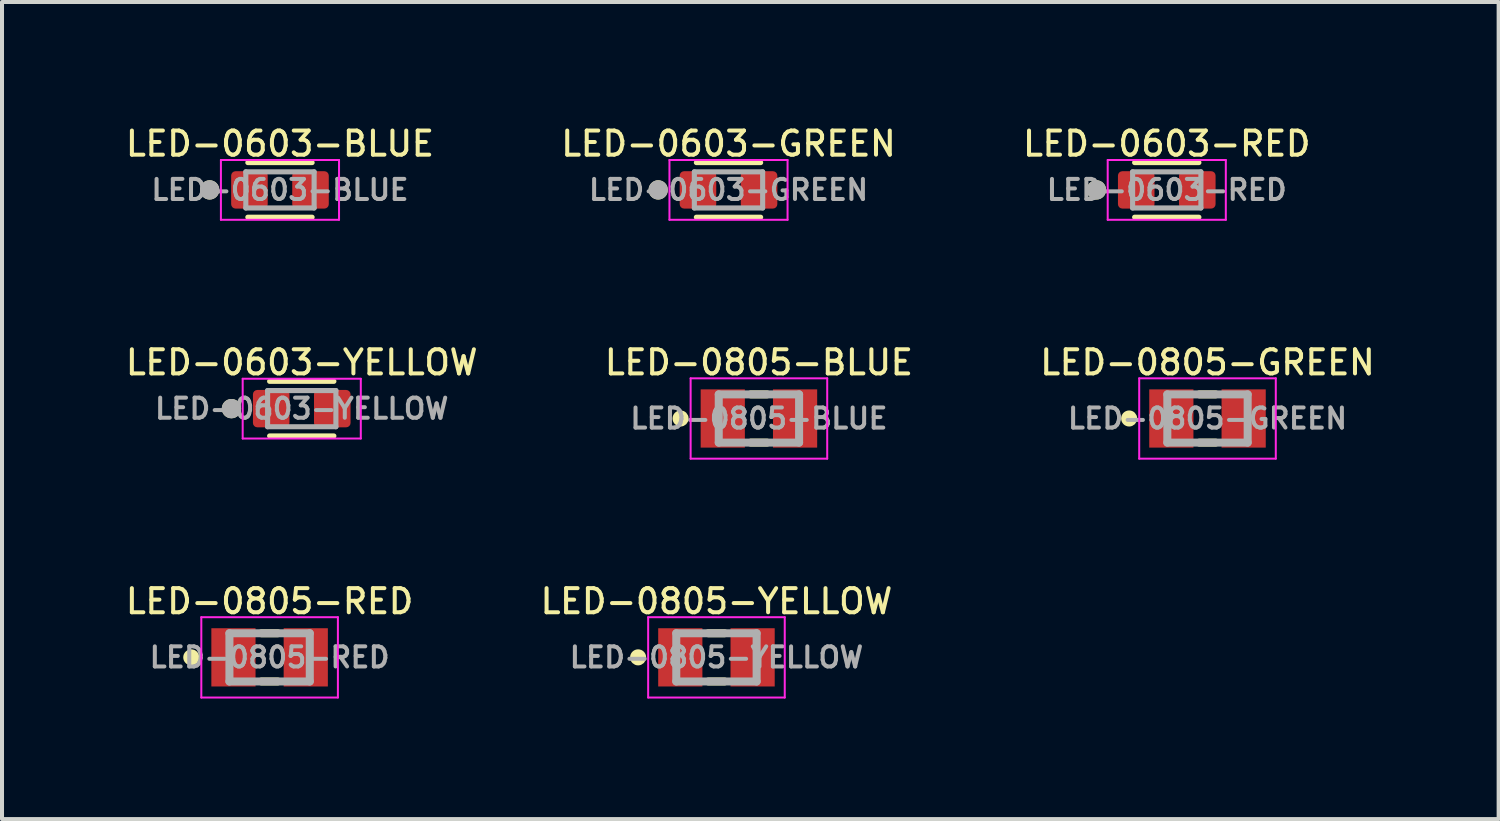
<source format=kicad_pcb>
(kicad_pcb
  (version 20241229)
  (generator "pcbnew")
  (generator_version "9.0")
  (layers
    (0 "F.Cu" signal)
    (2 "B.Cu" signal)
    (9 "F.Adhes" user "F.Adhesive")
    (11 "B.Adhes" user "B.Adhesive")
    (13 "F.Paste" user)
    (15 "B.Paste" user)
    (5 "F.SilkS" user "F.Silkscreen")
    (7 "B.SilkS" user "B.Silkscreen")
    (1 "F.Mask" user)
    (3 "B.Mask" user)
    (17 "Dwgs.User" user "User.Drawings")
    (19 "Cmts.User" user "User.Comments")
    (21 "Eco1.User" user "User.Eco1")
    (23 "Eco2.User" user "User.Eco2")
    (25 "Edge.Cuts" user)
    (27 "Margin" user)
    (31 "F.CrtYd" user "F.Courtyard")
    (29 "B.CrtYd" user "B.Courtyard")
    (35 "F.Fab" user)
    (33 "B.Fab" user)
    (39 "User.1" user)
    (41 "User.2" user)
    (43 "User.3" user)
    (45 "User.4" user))
  (footprint "LED-0805-RED"
    (layer "F.Cu")
    (at 3.661 13.313)
    (property "Reference" "LED-0805-RED" (at 0 -1.395 0) (layer "F.SilkS") (effects (font (size 0.6 0.6) (thickness 0.1) (bold yes))))
    (attr smd)
    (fp_line (start -0.2 -0.6) (end 0.2 -0.6) (stroke (width 0.2) (type solid)) (layer "F.SilkS"))
    (fp_line (start -0.2 0.6) (end 0.2 0.6) (stroke (width 0.2) (type solid)) (layer "F.SilkS"))
    (fp_circle (center -1.95 0) (end -1.85 0) (stroke (width 0.2) (type solid)) (fill no) (layer "F.SilkS"))
    (fp_line (start -1.7 -1) (end 1.7 -1) (stroke (width 0.05) (type solid)) (layer "F.CrtYd"))
    (fp_line (start -1.7 1) (end -1.7 -1) (stroke (width 0.05) (type solid)) (layer "F.CrtYd"))
    (fp_line (start 1.7 -1) (end 1.7 1) (stroke (width 0.05) (type solid)) (layer "F.CrtYd"))
    (fp_line (start 1.7 1) (end -1.7 1) (stroke (width 0.05) (type solid)) (layer "F.CrtYd"))
    (fp_line (start -1 -0.6) (end 1 -0.6) (stroke (width 0.2) (type solid)) (layer "F.Fab"))
    (fp_line (start -1 0.6) (end -1 -0.6) (stroke (width 0.2) (type solid)) (layer "F.Fab"))
    (fp_line (start 1 -0.6) (end 1 0.6) (stroke (width 0.2) (type solid)) (layer "F.Fab"))
    (fp_line (start 1 0.6) (end -1 0.6) (stroke (width 0.2) (type solid)) (layer "F.Fab"))
    (fp_text user "${REFERENCE}" (at 0 0 0) (layer "F.Fab") (effects (font (size 0.5 0.5) (thickness 0.1) (bold yes))))
    (pad "A" smd rect (at 0.9 0) (size 1.1 1.45) (layers "F.Cu" "F.Mask" "F.Paste"))
    (pad "C" smd rect (at -0.9 0) (size 1.1 1.45) (layers "F.Cu" "F.Mask" "F.Paste")))
  (footprint "LED-0805-BLUE"
    (layer "F.Cu")
    (at 15.841 7.367)
    (property "Reference" "LED-0805-BLUE" (at 0 -1.395 0) (layer "F.SilkS") (effects (font (size 0.6 0.6) (thickness 0.1) (bold yes))))
    (attr smd)
    (fp_line (start -0.2 -0.6) (end 0.2 -0.6) (stroke (width 0.2) (type solid)) (layer "F.SilkS"))
    (fp_line (start -0.2 0.6) (end 0.2 0.6) (stroke (width 0.2) (type solid)) (layer "F.SilkS"))
    (fp_circle (center -1.95 0) (end -1.85 0) (stroke (width 0.2) (type solid)) (fill no) (layer "F.SilkS"))
    (fp_line (start -1.7 -1) (end 1.7 -1) (stroke (width 0.05) (type solid)) (layer "F.CrtYd"))
    (fp_line (start -1.7 1) (end -1.7 -1) (stroke (width 0.05) (type solid)) (layer "F.CrtYd"))
    (fp_line (start 1.7 -1) (end 1.7 1) (stroke (width 0.05) (type solid)) (layer "F.CrtYd"))
    (fp_line (start 1.7 1) (end -1.7 1) (stroke (width 0.05) (type solid)) (layer "F.CrtYd"))
    (fp_line (start -1 -0.6) (end 1 -0.6) (stroke (width 0.2) (type solid)) (layer "F.Fab"))
    (fp_line (start -1 0.6) (end -1 -0.6) (stroke (width 0.2) (type solid)) (layer "F.Fab"))
    (fp_line (start 1 -0.6) (end 1 0.6) (stroke (width 0.2) (type solid)) (layer "F.Fab"))
    (fp_line (start 1 0.6) (end -1 0.6) (stroke (width 0.2) (type solid)) (layer "F.Fab"))
    (fp_text user "${REFERENCE}" (at 0 0 0) (layer "F.Fab") (effects (font (size 0.5 0.5) (thickness 0.1) (bold yes))))
    (pad "A" smd rect (at 0.9 0) (size 1.1 1.45) (layers "F.Cu" "F.Mask" "F.Paste"))
    (pad "C" smd rect (at -0.9 0) (size 1.1 1.45) (layers "F.Cu" "F.Mask" "F.Paste")))
  (footprint "LED-0603-YELLOW"
    (layer "F.Cu")
    (at 4.461 7.122)
    (property "Reference" "LED-0603-YELLOW" (at 0 -1.15 0) (layer "F.SilkS") (effects (font (size 0.6 0.6) (thickness 0.1) (bold yes))))
    (attr smd)
    (fp_line (start -0.8 -0.68) (end 0.8 -0.68) (stroke (width 0.127) (type solid)) (layer "F.SilkS"))
    (fp_line (start -0.8 0.68) (end 0.8 0.68) (stroke (width 0.127) (type solid)) (layer "F.SilkS"))
    (fp_circle (center -1.75 0) (end -1.63 0) (stroke (width 0.24) (type solid)) (fill no) (layer "F.SilkS"))
    (fp_line (start -1.47 -0.744) (end 1.47 -0.744) (stroke (width 0.05) (type solid)) (layer "F.CrtYd"))
    (fp_line (start -1.47 0.744) (end -1.47 -0.744) (stroke (width 0.05) (type solid)) (layer "F.CrtYd"))
    (fp_line (start 1.47 -0.744) (end 1.47 0.744) (stroke (width 0.05) (type solid)) (layer "F.CrtYd"))
    (fp_line (start 1.47 0.744) (end -1.47 0.744) (stroke (width 0.05) (type solid)) (layer "F.CrtYd"))
    (fp_line (start -0.85 -0.45) (end -0.85 0.45) (stroke (width 0.127) (type solid)) (layer "F.Fab"))
    (fp_line (start -0.85 -0.45) (end 0.85 -0.45) (stroke (width 0.127) (type solid)) (layer "F.Fab"))
    (fp_line (start -0.85 0.45) (end 0.85 0.45) (stroke (width 0.127) (type solid)) (layer "F.Fab"))
    (fp_line (start 0.85 -0.45) (end 0.85 0.45) (stroke (width 0.127) (type solid)) (layer "F.Fab"))
    (fp_circle (center -1.75 0) (end -1.63 0) (stroke (width 0.24) (type solid)) (fill no) (layer "F.Fab"))
    (fp_text user "${REFERENCE}" (at 0 0 0) (layer "F.Fab") (effects (font (size 0.5 0.5) (thickness 0.1) (bold yes))))
    (pad "A" smd roundrect (at 0.76 0) (size 0.91 0.93) (layers "F.Cu" "F.Mask" "F.Paste") (roundrect_rratio 0.12))
    (pad "C" smd roundrect (at -0.76 0) (size 0.91 0.93) (layers "F.Cu" "F.Mask" "F.Paste") (roundrect_rratio 0.12)))
  (footprint "LED-0805-GREEN"
    (layer "F.Cu")
    (at 27.007 7.367)
    (property "Reference" "LED-0805-GREEN" (at 0 -1.395 0) (layer "F.SilkS") (effects (font (size 0.6 0.6) (thickness 0.1) (bold yes))))
    (attr smd)
    (fp_line (start -0.2 -0.6) (end 0.2 -0.6) (stroke (width 0.2) (type solid)) (layer "F.SilkS"))
    (fp_line (start -0.2 0.6) (end 0.2 0.6) (stroke (width 0.2) (type solid)) (layer "F.SilkS"))
    (fp_circle (center -1.95 0) (end -1.85 0) (stroke (width 0.2) (type solid)) (fill no) (layer "F.SilkS"))
    (fp_line (start -1.7 -1) (end 1.7 -1) (stroke (width 0.05) (type solid)) (layer "F.CrtYd"))
    (fp_line (start -1.7 1) (end -1.7 -1) (stroke (width 0.05) (type solid)) (layer "F.CrtYd"))
    (fp_line (start 1.7 -1) (end 1.7 1) (stroke (width 0.05) (type solid)) (layer "F.CrtYd"))
    (fp_line (start 1.7 1) (end -1.7 1) (stroke (width 0.05) (type solid)) (layer "F.CrtYd"))
    (fp_line (start -1 -0.6) (end 1 -0.6) (stroke (width 0.2) (type solid)) (layer "F.Fab"))
    (fp_line (start -1 0.6) (end -1 -0.6) (stroke (width 0.2) (type solid)) (layer "F.Fab"))
    (fp_line (start 1 -0.6) (end 1 0.6) (stroke (width 0.2) (type solid)) (layer "F.Fab"))
    (fp_line (start 1 0.6) (end -1 0.6) (stroke (width 0.2) (type solid)) (layer "F.Fab"))
    (fp_text user "${REFERENCE}" (at 0 0 0) (layer "F.Fab") (effects (font (size 0.5 0.5) (thickness 0.1) (bold yes))))
    (pad "A" smd rect (at 0.9 0) (size 1.1 1.45) (layers "F.Cu" "F.Mask" "F.Paste"))
    (pad "C" smd rect (at -0.9 0) (size 1.1 1.45) (layers "F.Cu" "F.Mask" "F.Paste")))
  (footprint "LED-0603-RED"
    (layer "F.Cu")
    (at 25.993 1.677)
    (property "Reference" "LED-0603-RED" (at 0 -1.15 0) (layer "F.SilkS") (effects (font (size 0.6 0.6) (thickness 0.1) (bold yes))))
    (attr smd)
    (fp_line (start -0.8 -0.68) (end 0.8 -0.68) (stroke (width 0.127) (type solid)) (layer "F.SilkS"))
    (fp_line (start -0.8 0.68) (end 0.8 0.68) (stroke (width 0.127) (type solid)) (layer "F.SilkS"))
    (fp_circle (center -1.75 0) (end -1.63 0) (stroke (width 0.24) (type solid)) (fill no) (layer "F.SilkS"))
    (fp_line (start -1.47 -0.744) (end 1.47 -0.744) (stroke (width 0.05) (type solid)) (layer "F.CrtYd"))
    (fp_line (start -1.47 0.744) (end -1.47 -0.744) (stroke (width 0.05) (type solid)) (layer "F.CrtYd"))
    (fp_line (start 1.47 -0.744) (end 1.47 0.744) (stroke (width 0.05) (type solid)) (layer "F.CrtYd"))
    (fp_line (start 1.47 0.744) (end -1.47 0.744) (stroke (width 0.05) (type solid)) (layer "F.CrtYd"))
    (fp_line (start -0.85 -0.45) (end -0.85 0.45) (stroke (width 0.127) (type solid)) (layer "F.Fab"))
    (fp_line (start -0.85 -0.45) (end 0.85 -0.45) (stroke (width 0.127) (type solid)) (layer "F.Fab"))
    (fp_line (start -0.85 0.45) (end 0.85 0.45) (stroke (width 0.127) (type solid)) (layer "F.Fab"))
    (fp_line (start 0.85 -0.45) (end 0.85 0.45) (stroke (width 0.127) (type solid)) (layer "F.Fab"))
    (fp_circle (center -1.75 0) (end -1.63 0) (stroke (width 0.24) (type solid)) (fill no) (layer "F.Fab"))
    (fp_text user "${REFERENCE}" (at 0 0 0) (layer "F.Fab") (effects (font (size 0.5 0.5) (thickness 0.1) (bold yes))))
    (pad "A" smd roundrect (at 0.76 0) (size 0.91 0.93) (layers "F.Cu" "F.Mask" "F.Paste") (roundrect_rratio 0.12))
    (pad "C" smd roundrect (at -0.76 0) (size 0.91 0.93) (layers "F.Cu" "F.Mask" "F.Paste") (roundrect_rratio 0.12)))
  (footprint "LED-0603-BLUE"
    (layer "F.Cu")
    (at 3.919 1.677)
    (property "Reference" "LED-0603-BLUE" (at 0 -1.15 0) (layer "F.SilkS") (effects (font (size 0.6 0.6) (thickness 0.1) (bold yes))))
    (attr smd)
    (fp_line (start -0.8 -0.68) (end 0.8 -0.68) (stroke (width 0.127) (type solid)) (layer "F.SilkS"))
    (fp_line (start -0.8 0.68) (end 0.8 0.68) (stroke (width 0.127) (type solid)) (layer "F.SilkS"))
    (fp_circle (center -1.75 0) (end -1.63 0) (stroke (width 0.24) (type solid)) (fill no) (layer "F.SilkS"))
    (fp_line (start -1.47 -0.744) (end 1.47 -0.744) (stroke (width 0.05) (type solid)) (layer "F.CrtYd"))
    (fp_line (start -1.47 0.744) (end -1.47 -0.744) (stroke (width 0.05) (type solid)) (layer "F.CrtYd"))
    (fp_line (start 1.47 -0.744) (end 1.47 0.744) (stroke (width 0.05) (type solid)) (layer "F.CrtYd"))
    (fp_line (start 1.47 0.744) (end -1.47 0.744) (stroke (width 0.05) (type solid)) (layer "F.CrtYd"))
    (fp_line (start -0.85 -0.45) (end -0.85 0.45) (stroke (width 0.127) (type solid)) (layer "F.Fab"))
    (fp_line (start -0.85 -0.45) (end 0.85 -0.45) (stroke (width 0.127) (type solid)) (layer "F.Fab"))
    (fp_line (start -0.85 0.45) (end 0.85 0.45) (stroke (width 0.127) (type solid)) (layer "F.Fab"))
    (fp_line (start 0.85 -0.45) (end 0.85 0.45) (stroke (width 0.127) (type solid)) (layer "F.Fab"))
    (fp_circle (center -1.75 0) (end -1.63 0) (stroke (width 0.24) (type solid)) (fill no) (layer "F.Fab"))
    (fp_text user "${REFERENCE}" (at 0 0 0) (layer "F.Fab") (effects (font (size 0.5 0.5) (thickness 0.1) (bold yes))))
    (pad "A" smd roundrect (at 0.76 0) (size 0.91 0.93) (layers "F.Cu" "F.Mask" "F.Paste") (roundrect_rratio 0.12))
    (pad "C" smd roundrect (at -0.76 0) (size 0.91 0.93) (layers "F.Cu" "F.Mask" "F.Paste") (roundrect_rratio 0.12)))
  (footprint "LED-0603-GREEN"
    (layer "F.Cu")
    (at 15.084 1.677)
    (property "Reference" "LED-0603-GREEN" (at 0 -1.15 0) (layer "F.SilkS") (effects (font (size 0.6 0.6) (thickness 0.1) (bold yes))))
    (attr smd)
    (fp_line (start -0.8 -0.68) (end 0.8 -0.68) (stroke (width 0.127) (type solid)) (layer "F.SilkS"))
    (fp_line (start -0.8 0.68) (end 0.8 0.68) (stroke (width 0.127) (type solid)) (layer "F.SilkS"))
    (fp_circle (center -1.75 0) (end -1.63 0) (stroke (width 0.24) (type solid)) (fill no) (layer "F.SilkS"))
    (fp_line (start -1.47 -0.744) (end 1.47 -0.744) (stroke (width 0.05) (type solid)) (layer "F.CrtYd"))
    (fp_line (start -1.47 0.744) (end -1.47 -0.744) (stroke (width 0.05) (type solid)) (layer "F.CrtYd"))
    (fp_line (start 1.47 -0.744) (end 1.47 0.744) (stroke (width 0.05) (type solid)) (layer "F.CrtYd"))
    (fp_line (start 1.47 0.744) (end -1.47 0.744) (stroke (width 0.05) (type solid)) (layer "F.CrtYd"))
    (fp_line (start -0.85 -0.45) (end -0.85 0.45) (stroke (width 0.127) (type solid)) (layer "F.Fab"))
    (fp_line (start -0.85 -0.45) (end 0.85 -0.45) (stroke (width 0.127) (type solid)) (layer "F.Fab"))
    (fp_line (start -0.85 0.45) (end 0.85 0.45) (stroke (width 0.127) (type solid)) (layer "F.Fab"))
    (fp_line (start 0.85 -0.45) (end 0.85 0.45) (stroke (width 0.127) (type solid)) (layer "F.Fab"))
    (fp_circle (center -1.75 0) (end -1.63 0) (stroke (width 0.24) (type solid)) (fill no) (layer "F.Fab"))
    (fp_text user "${REFERENCE}" (at 0 0 0) (layer "F.Fab") (effects (font (size 0.5 0.5) (thickness 0.1) (bold yes))))
    (pad "A" smd roundrect (at 0.76 0) (size 0.91 0.93) (layers "F.Cu" "F.Mask" "F.Paste") (roundrect_rratio 0.12))
    (pad "C" smd roundrect (at -0.76 0) (size 0.91 0.93) (layers "F.Cu" "F.Mask" "F.Paste") (roundrect_rratio 0.12)))
  (footprint "LED-0805-YELLOW"
    (layer "F.Cu")
    (at 14.784 13.313)
    (property "Reference" "LED-0805-YELLOW" (at 0 -1.395 0) (layer "F.SilkS") (effects (font (size 0.6 0.6) (thickness 0.1) (bold yes))))
    (attr smd)
    (fp_line (start -0.2 -0.6) (end 0.2 -0.6) (stroke (width 0.2) (type solid)) (layer "F.SilkS"))
    (fp_line (start -0.2 0.6) (end 0.2 0.6) (stroke (width 0.2) (type solid)) (layer "F.SilkS"))
    (fp_circle (center -1.95 0) (end -1.85 0) (stroke (width 0.2) (type solid)) (fill no) (layer "F.SilkS"))
    (fp_line (start -1.7 -1) (end 1.7 -1) (stroke (width 0.05) (type solid)) (layer "F.CrtYd"))
    (fp_line (start -1.7 1) (end -1.7 -1) (stroke (width 0.05) (type solid)) (layer "F.CrtYd"))
    (fp_line (start 1.7 -1) (end 1.7 1) (stroke (width 0.05) (type solid)) (layer "F.CrtYd"))
    (fp_line (start 1.7 1) (end -1.7 1) (stroke (width 0.05) (type solid)) (layer "F.CrtYd"))
    (fp_line (start -1 -0.6) (end 1 -0.6) (stroke (width 0.2) (type solid)) (layer "F.Fab"))
    (fp_line (start -1 0.6) (end -1 -0.6) (stroke (width 0.2) (type solid)) (layer "F.Fab"))
    (fp_line (start 1 -0.6) (end 1 0.6) (stroke (width 0.2) (type solid)) (layer "F.Fab"))
    (fp_line (start 1 0.6) (end -1 0.6) (stroke (width 0.2) (type solid)) (layer "F.Fab"))
    (fp_text user "${REFERENCE}" (at 0 0 0) (layer "F.Fab") (effects (font (size 0.5 0.5) (thickness 0.1) (bold yes))))
    (pad "A" smd rect (at 0.9 0) (size 1.1 1.45) (layers "F.Cu" "F.Mask" "F.Paste"))
    (pad "C" smd rect (at -0.9 0) (size 1.1 1.45) (layers "F.Cu" "F.Mask" "F.Paste")))
  (gr_rect
    (start -3 -3)
    (end 34.254 17.338)
    (stroke (width 0.1) (type default))
    (fill no)
    (layer "Edge.Cuts")))
</source>
